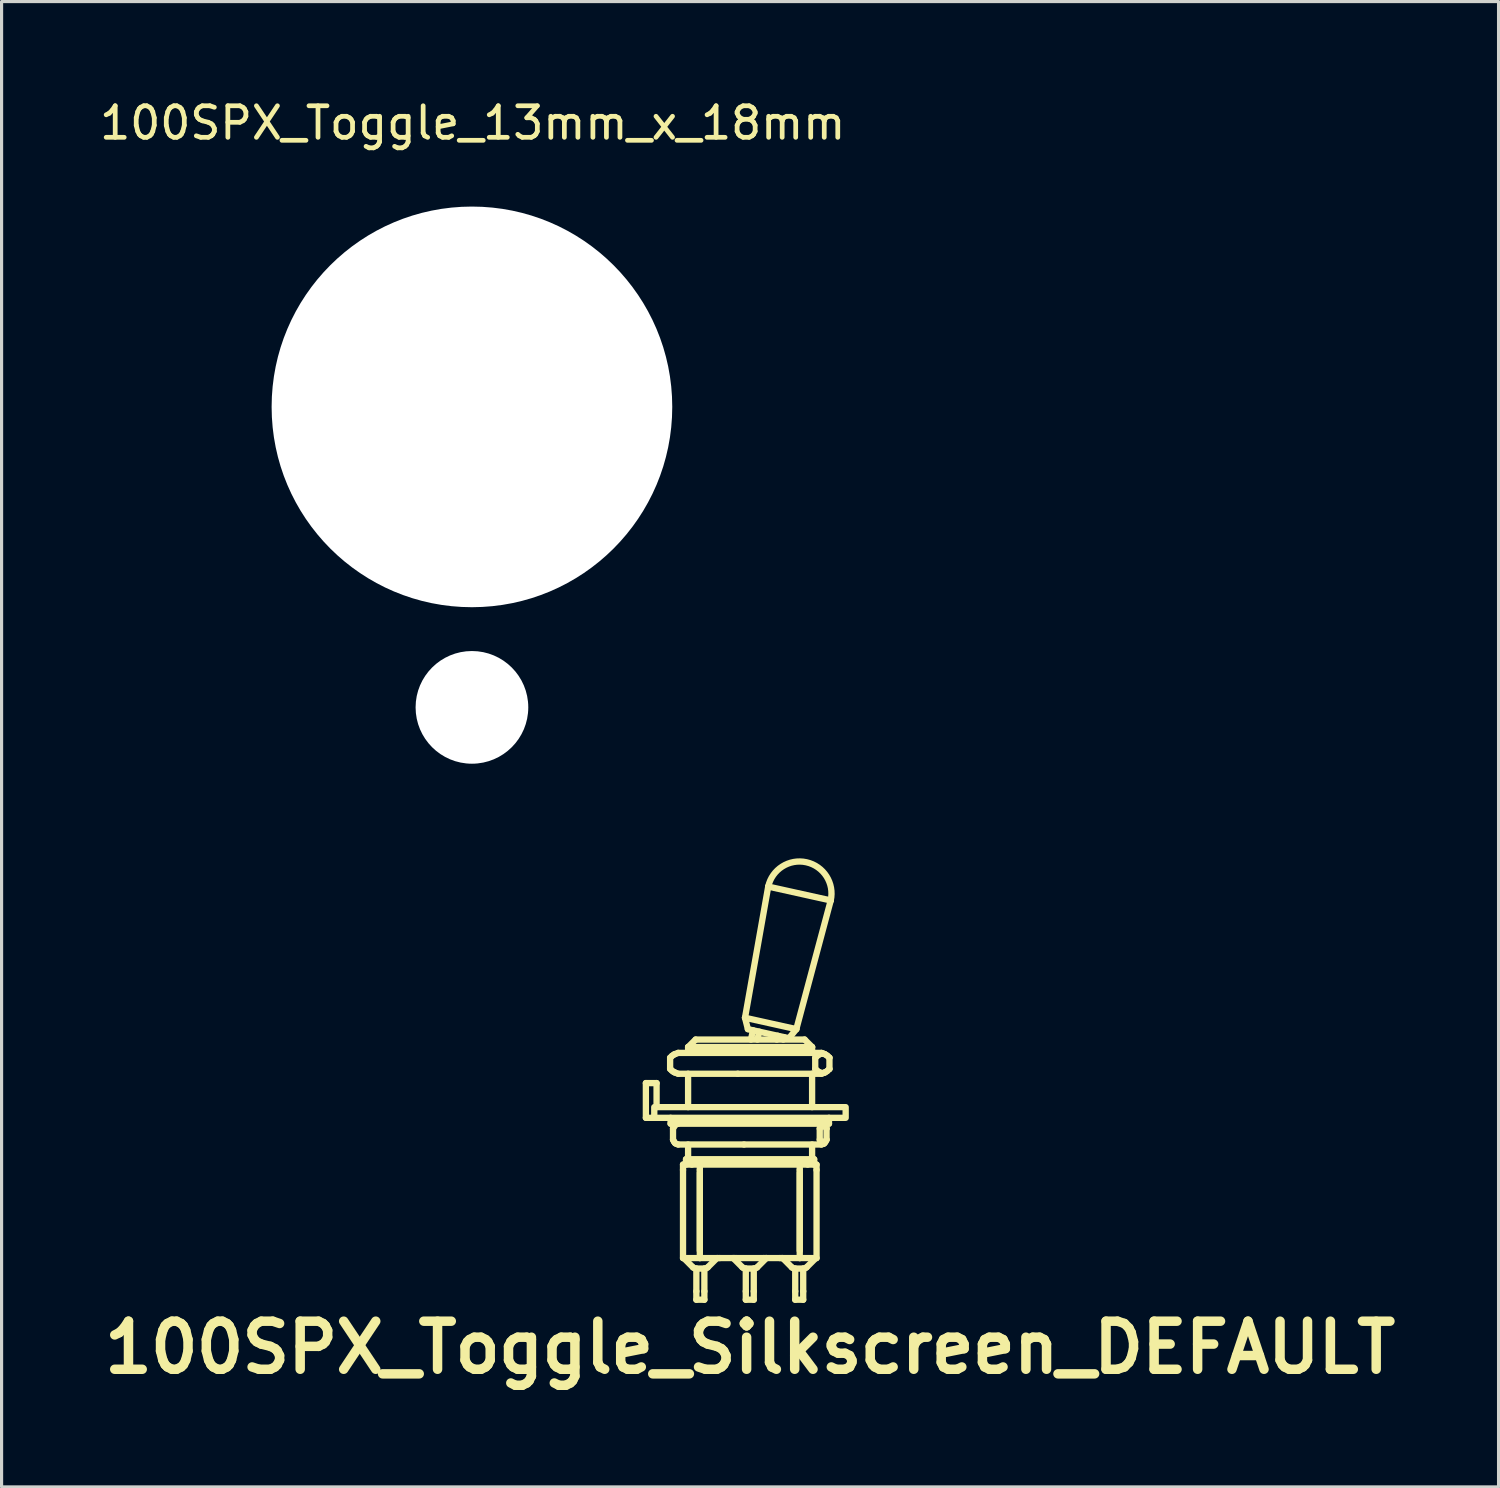
<source format=kicad_pcb>
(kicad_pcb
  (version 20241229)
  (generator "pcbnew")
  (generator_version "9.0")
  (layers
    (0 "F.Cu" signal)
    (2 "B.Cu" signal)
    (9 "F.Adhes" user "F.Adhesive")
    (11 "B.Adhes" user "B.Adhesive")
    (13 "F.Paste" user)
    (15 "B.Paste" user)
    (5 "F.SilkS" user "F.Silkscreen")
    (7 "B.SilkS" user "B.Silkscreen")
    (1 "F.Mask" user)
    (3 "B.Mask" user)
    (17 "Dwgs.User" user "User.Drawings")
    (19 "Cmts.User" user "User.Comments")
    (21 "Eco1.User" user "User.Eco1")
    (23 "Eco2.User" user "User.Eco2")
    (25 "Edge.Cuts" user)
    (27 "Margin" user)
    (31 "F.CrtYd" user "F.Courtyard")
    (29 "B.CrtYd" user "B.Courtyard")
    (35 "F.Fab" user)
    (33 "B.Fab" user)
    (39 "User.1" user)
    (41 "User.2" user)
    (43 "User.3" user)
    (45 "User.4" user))
  (footprint "100SPX_Toggle_13mm_x_18mm"
    (layer "F.Cu")
    (at 11.91 9.848)
    (property "Reference" "100SPX_Toggle_13mm_x_18mm" (at 0.025 -9 0) (layer "F.SilkS") (effects (font (size 1 1) (thickness 0.15))))
    (attr through_hole board_only exclude_from_pos_files exclude_from_bom)
    (pad "" np_thru_hole circle (at 0 0) (size 12.7 12.7) (drill 12.7) (layers "*.Cu" "*.Mask"))
    (pad "" np_thru_hole circle (at 0 9.525) (size 3.572 3.572) (drill 3.572) (layers "*.Cu" "*.Mask")))
  (footprint "100SPX_Toggle_Silkscreen_DEFAULT"
    (layer "F.Cu")
    (at 21.234 32.553)
    (property "Reference" "100SPX_Toggle_Silkscreen_DEFAULT" (at -0.508 7.112 0) (layer "F.SilkS") (effects (font (size 1.524 1.524) (thickness 0.3))))
    (attr through_hole exclude_from_pos_files exclude_from_bom)
    (fp_line (start -3.81 -1.27) (end -3.81 -0.169) (stroke (width 0.2) (type solid)) (layer "F.SilkS"))
    (fp_line (start -3.81 -1.27) (end -3.471 -1.27) (stroke (width 0.2) (type solid)) (layer "F.SilkS"))
    (fp_line (start -3.81 -0.169) (end -3.544 -0.169) (stroke (width 0.2) (type solid)) (layer "F.SilkS"))
    (fp_line (start -3.471 -1.27) (end -3.471 -0.508) (stroke (width 0.2) (type solid)) (layer "F.SilkS"))
    (fp_line (start -3.042 -2.073) (end -3.042 -1.72) (stroke (width 0.2) (type solid)) (layer "F.SilkS"))
    (fp_line (start -3.027 -0.169) (end -3.027 0.017) (stroke (width 0.2) (type solid)) (layer "F.SilkS"))
    (fp_line (start -3.027 0.017) (end 1.994 0.017) (stroke (width 0.2) (type solid)) (layer "F.SilkS"))
    (fp_line (start -2.95 0.171) (end -2.95 0.523) (stroke (width 0.2) (type solid)) (layer "F.SilkS"))
    (fp_line (start -2.882 -1.601) (end -2.787 -1.566) (stroke (width 0.2) (type solid)) (layer "F.SilkS"))
    (fp_line (start -2.857 0.652) (end -2.787 0.677) (stroke (width 0.2) (type solid)) (layer "F.SilkS"))
    (fp_line (start -2.787 -2.227) (end -2.882 -2.192) (stroke (width 0.2) (type solid)) (layer "F.SilkS"))
    (fp_line (start -2.787 0.017) (end -2.857 0.042) (stroke (width 0.2) (type solid)) (layer "F.SilkS"))
    (fp_line (start -2.633 1.483) (end -2.633 1.313) (stroke (width 0.2) (type solid)) (layer "F.SilkS"))
    (fp_line (start -2.633 4.277) (end -2.633 1.483) (stroke (width 0.2) (type solid)) (layer "F.SilkS"))
    (fp_line (start -2.633 4.277) (end -2.1 4.277) (stroke (width 0.2) (type solid)) (layer "F.SilkS"))
    (fp_line (start -2.538 1.143) (end 1.524 1.143) (stroke (width 0.2) (type solid)) (layer "F.SilkS"))
    (fp_line (start -2.538 1.313) (end -2.538 1.143) (stroke (width 0.2) (type solid)) (layer "F.SilkS"))
    (fp_line (start -2.472 -2.413) (end -2.472 -2.227) (stroke (width 0.2) (type solid)) (layer "F.SilkS"))
    (fp_line (start -2.472 -2.413) (end -2.233 -2.65) (stroke (width 0.2) (type solid)) (layer "F.SilkS"))
    (fp_line (start -2.472 -1.566) (end -2.472 -0.508) (stroke (width 0.2) (type solid)) (layer "F.SilkS"))
    (fp_line (start -2.472 0.677) (end -2.472 1.143) (stroke (width 0.2) (type solid)) (layer "F.SilkS"))
    (fp_line (start -2.352 1.313) (end -2.633 1.313) (stroke (width 0.2) (type solid)) (layer "F.SilkS"))
    (fp_line (start -2.352 1.313) (end 1.319 1.313) (stroke (width 0.2) (type solid)) (layer "F.SilkS"))
    (fp_line (start -2.316 4.571) (end -2.61 4.277) (stroke (width 0.2) (type solid)) (layer "F.SilkS"))
    (fp_line (start -2.221 4.61) (end -1.945 4.61) (stroke (width 0.2) (type solid)) (layer "F.SilkS"))
    (fp_line (start -2.21 5.33) (end -2.21 4.61) (stroke (width 0.2) (type solid)) (layer "F.SilkS"))
    (fp_line (start -2.21 5.597) (end -2.21 5.33) (stroke (width 0.2) (type solid)) (layer "F.SilkS"))
    (fp_line (start -2.21 5.597) (end -1.956 5.597) (stroke (width 0.2) (type solid)) (layer "F.SilkS"))
    (fp_line (start -2.1 1.313) (end -2.1 1.483) (stroke (width 0.2) (type solid)) (layer "F.SilkS"))
    (fp_line (start -2.1 1.483) (end -2.1 4.277) (stroke (width 0.2) (type solid)) (layer "F.SilkS"))
    (fp_line (start -2.1 4.043) (end -2.1 1.567) (stroke (width 0.2) (type solid)) (layer "F.SilkS"))
    (fp_line (start -2.1 4.277) (end -1.533 4.277) (stroke (width 0.2) (type solid)) (layer "F.SilkS"))
    (fp_line (start -1.956 4.61) (end -1.956 5.33) (stroke (width 0.2) (type solid)) (layer "F.SilkS"))
    (fp_line (start -1.956 5.33) (end -1.956 5.597) (stroke (width 0.2) (type solid)) (layer "F.SilkS"))
    (fp_line (start -1.556 4.277) (end -1.851 4.571) (stroke (width 0.2) (type solid)) (layer "F.SilkS"))
    (fp_line (start -1.533 4.277) (end -1.471 4.277) (stroke (width 0.2) (type solid)) (layer "F.SilkS"))
    (fp_line (start -1.471 4.277) (end -1.043 4.277) (stroke (width 0.2) (type solid)) (layer "F.SilkS"))
    (fp_line (start -1.001 4.277) (end -1.043 4.277) (stroke (width 0.2) (type solid)) (layer "F.SilkS"))
    (fp_line (start -1.001 4.277) (end -0.95 4.277) (stroke (width 0.2) (type solid)) (layer "F.SilkS"))
    (fp_line (start -0.95 4.277) (end -0.083 4.277) (stroke (width 0.2) (type solid)) (layer "F.SilkS"))
    (fp_line (start -0.897 -2.227) (end -2.787 -2.227) (stroke (width 0.2) (type solid)) (layer "F.SilkS"))
    (fp_line (start -0.897 -1.566) (end -2.787 -1.566) (stroke (width 0.2) (type solid)) (layer "F.SilkS"))
    (fp_line (start -0.749 4.571) (end -1.043 4.277) (stroke (width 0.2) (type solid)) (layer "F.SilkS"))
    (fp_line (start -0.699 0.677) (end -2.787 0.677) (stroke (width 0.2) (type solid)) (layer "F.SilkS"))
    (fp_line (start -0.668 -3.341) (end -0.577 -2.98) (stroke (width 0.2) (type solid)) (layer "F.SilkS"))
    (fp_line (start -0.668 -3.341) (end 0.959 -2.98) (stroke (width 0.2) (type solid)) (layer "F.SilkS"))
    (fp_line (start -0.655 4.61) (end -0.378 4.61) (stroke (width 0.2) (type solid)) (layer "F.SilkS"))
    (fp_line (start -0.643 5.33) (end -0.643 4.61) (stroke (width 0.2) (type solid)) (layer "F.SilkS"))
    (fp_line (start -0.643 5.597) (end -0.643 5.33) (stroke (width 0.2) (type solid)) (layer "F.SilkS"))
    (fp_line (start -0.643 5.597) (end -0.39 5.597) (stroke (width 0.2) (type solid)) (layer "F.SilkS"))
    (fp_line (start -0.577 -2.98) (end 0.725 -2.691) (stroke (width 0.2) (type solid)) (layer "F.SilkS"))
    (fp_line (start -0.414 -2.944) (end -0.48 -2.65) (stroke (width 0.2) (type solid)) (layer "F.SilkS"))
    (fp_line (start -0.39 4.61) (end -0.39 5.33) (stroke (width 0.2) (type solid)) (layer "F.SilkS"))
    (fp_line (start -0.39 5.33) (end -0.39 5.597) (stroke (width 0.2) (type solid)) (layer "F.SilkS"))
    (fp_line (start -0.219 -2.9) (end -0.275 -2.65) (stroke (width 0.2) (type solid)) (layer "F.SilkS"))
    (fp_line (start -0.032 4.277) (end -0.083 4.277) (stroke (width 0.2) (type solid)) (layer "F.SilkS"))
    (fp_line (start 0.01 4.277) (end -0.284 4.571) (stroke (width 0.2) (type solid)) (layer "F.SilkS"))
    (fp_line (start 0.01 4.277) (end -0.032 4.277) (stroke (width 0.2) (type solid)) (layer "F.SilkS"))
    (fp_line (start 0.01 4.277) (end 0.438 4.277) (stroke (width 0.2) (type solid)) (layer "F.SilkS"))
    (fp_line (start 0.068 -7.499) (end -0.668 -3.341) (stroke (width 0.2) (type solid)) (layer "F.SilkS"))
    (fp_line (start 0.34 -2.65) (end 0.367 -2.771) (stroke (width 0.2) (type solid)) (layer "F.SilkS"))
    (fp_line (start 0.5 4.277) (end 0.438 4.277) (stroke (width 0.2) (type solid)) (layer "F.SilkS"))
    (fp_line (start 0.5 4.277) (end 1.067 4.277) (stroke (width 0.2) (type solid)) (layer "F.SilkS"))
    (fp_line (start 0.545 -2.65) (end 0.562 -2.727) (stroke (width 0.2) (type solid)) (layer "F.SilkS"))
    (fp_line (start 0.725 -2.691) (end 0.959 -2.98) (stroke (width 0.2) (type solid)) (layer "F.SilkS"))
    (fp_line (start 0.818 4.571) (end 0.524 4.277) (stroke (width 0.2) (type solid)) (layer "F.SilkS"))
    (fp_line (start 0.912 4.61) (end 1.188 4.61) (stroke (width 0.2) (type solid)) (layer "F.SilkS"))
    (fp_line (start 0.924 5.33) (end 0.924 4.61) (stroke (width 0.2) (type solid)) (layer "F.SilkS"))
    (fp_line (start 0.924 5.597) (end 0.924 5.33) (stroke (width 0.2) (type solid)) (layer "F.SilkS"))
    (fp_line (start 0.924 5.597) (end 1.177 5.597) (stroke (width 0.2) (type solid)) (layer "F.SilkS"))
    (fp_line (start 0.959 -2.98) (end 2.05 -7.06) (stroke (width 0.2) (type solid)) (layer "F.SilkS"))
    (fp_line (start 1.067 1.483) (end 1.067 1.313) (stroke (width 0.2) (type solid)) (layer "F.SilkS"))
    (fp_line (start 1.067 4.043) (end 1.067 1.567) (stroke (width 0.2) (type solid)) (layer "F.SilkS"))
    (fp_line (start 1.067 4.277) (end 1.067 1.483) (stroke (width 0.2) (type solid)) (layer "F.SilkS"))
    (fp_line (start 1.067 4.277) (end 1.6 4.277) (stroke (width 0.2) (type solid)) (layer "F.SilkS"))
    (fp_line (start 1.177 4.61) (end 1.177 5.33) (stroke (width 0.2) (type solid)) (layer "F.SilkS"))
    (fp_line (start 1.177 5.33) (end 1.177 5.597) (stroke (width 0.2) (type solid)) (layer "F.SilkS"))
    (fp_line (start 1.222 -2.65) (end -2.233 -2.65) (stroke (width 0.2) (type solid)) (layer "F.SilkS"))
    (fp_line (start 1.459 -2.413) (end -2.472 -2.413) (stroke (width 0.2) (type solid)) (layer "F.SilkS"))
    (fp_line (start 1.459 -2.413) (end 1.222 -2.65) (stroke (width 0.2) (type solid)) (layer "F.SilkS"))
    (fp_line (start 1.459 -2.227) (end 1.459 -2.413) (stroke (width 0.2) (type solid)) (layer "F.SilkS"))
    (fp_line (start 1.459 -0.508) (end 1.459 -1.566) (stroke (width 0.2) (type solid)) (layer "F.SilkS"))
    (fp_line (start 1.459 1.143) (end 1.459 0.677) (stroke (width 0.2) (type solid)) (layer "F.SilkS"))
    (fp_line (start 1.524 1.313) (end 1.524 1.143) (stroke (width 0.2) (type solid)) (layer "F.SilkS"))
    (fp_line (start 1.558 -2.073) (end 1.558 -1.72) (stroke (width 0.2) (type solid)) (layer "F.SilkS"))
    (fp_line (start 1.577 4.277) (end 1.283 4.571) (stroke (width 0.2) (type solid)) (layer "F.SilkS"))
    (fp_line (start 1.6 1.313) (end 1.319 1.313) (stroke (width 0.2) (type solid)) (layer "F.SilkS"))
    (fp_line (start 1.6 1.483) (end 1.6 1.313) (stroke (width 0.2) (type solid)) (layer "F.SilkS"))
    (fp_line (start 1.6 4.277) (end 1.6 1.483) (stroke (width 0.2) (type solid)) (layer "F.SilkS"))
    (fp_line (start 1.701 0.171) (end 1.701 0.523) (stroke (width 0.2) (type solid)) (layer "F.SilkS"))
    (fp_line (start 1.754 -2.227) (end -0.897 -2.227) (stroke (width 0.2) (type solid)) (layer "F.SilkS"))
    (fp_line (start 1.754 -1.566) (end -0.897 -1.566) (stroke (width 0.2) (type solid)) (layer "F.SilkS"))
    (fp_line (start 1.754 -1.566) (end 1.85 -1.601) (stroke (width 0.2) (type solid)) (layer "F.SilkS"))
    (fp_line (start 1.754 0.677) (end -0.699 0.677) (stroke (width 0.2) (type solid)) (layer "F.SilkS"))
    (fp_line (start 1.754 0.677) (end 1.824 0.652) (stroke (width 0.2) (type solid)) (layer "F.SilkS"))
    (fp_line (start 1.824 0.042) (end 1.754 0.017) (stroke (width 0.2) (type solid)) (layer "F.SilkS"))
    (fp_line (start 1.85 -2.192) (end 1.754 -2.227) (stroke (width 0.2) (type solid)) (layer "F.SilkS"))
    (fp_line (start 1.917 0.171) (end 1.917 0.523) (stroke (width 0.2) (type solid)) (layer "F.SilkS"))
    (fp_line (start 1.994 0.017) (end 1.994 -0.169) (stroke (width 0.2) (type solid)) (layer "F.SilkS"))
    (fp_line (start 2.009 -2.073) (end 2.009 -1.72) (stroke (width 0.2) (type solid)) (layer "F.SilkS"))
    (fp_line (start 2.05 -7.06) (end 0.068 -7.499) (stroke (width 0.2) (type solid)) (layer "F.SilkS"))
    (fp_rect (start -3.544 -0.508) (end 2.523 -0.169) (stroke (width 0.2) (type solid)) (fill no) (layer "F.SilkS"))
    (fp_arc (start -2.221238 4.609933) (mid -2.272262 4.599784) (end -2.315519 4.570881) (stroke (width 0.2) (type solid)) (layer "F.SilkS"))
    (fp_arc (start -1.850748 4.570881) (mid -1.894004 4.599784) (end -1.945029 4.609934) (stroke (width 0.2) (type solid)) (layer "F.SilkS"))
    (fp_arc (start -0.654572 4.609933) (mid -0.705596 4.599784) (end -0.748853 4.570881) (stroke (width 0.2) (type solid)) (layer "F.SilkS"))
    (fp_arc (start -0.284081 4.570881) (mid -0.327337 4.599784) (end -0.378362 4.609934) (stroke (width 0.2) (type solid)) (layer "F.SilkS"))
    (fp_arc (start 0.067913 -7.498893) (mid 1.278539 -8.270147) (end 2.049793 -7.059521) (stroke (width 0.2) (type solid)) (layer "F.SilkS"))
    (fp_arc (start 0.912095 4.609933) (mid 0.861072 4.599782) (end 0.817814 4.570881) (stroke (width 0.2) (type solid)) (layer "F.SilkS"))
    (fp_arc (start 1.282586 4.570881) (mid 1.23933 4.599786) (end 1.188305 4.609934) (stroke (width 0.2) (type solid)) (layer "F.SilkS"))
    (fp_curve (pts (xy -3.042 -1.72) (xy -3.023 -1.701) (xy -3.004 -1.682) (xy -2.985 -1.665)) (stroke (width 0.2) (type solid)) (layer "F.SilkS"))
    (fp_curve (pts (xy -2.985 -2.128) (xy -3.004 -2.111) (xy -3.023 -2.092) (xy -3.042 -2.073)) (stroke (width 0.2) (type solid)) (layer "F.SilkS"))
    (fp_curve (pts (xy -2.985 -1.665) (xy -2.964 -1.646) (xy -2.942 -1.63) (xy -2.921 -1.619)) (stroke (width 0.2) (type solid)) (layer "F.SilkS"))
    (fp_curve (pts (xy -2.95 0.523) (xy -2.94 0.543) (xy -2.931 0.562) (xy -2.922 0.579)) (stroke (width 0.2) (type solid)) (layer "F.SilkS"))
    (fp_curve (pts (xy -2.922 0.115) (xy -2.931 0.132) (xy -2.94 0.151) (xy -2.95 0.171)) (stroke (width 0.2) (type solid)) (layer "F.SilkS"))
    (fp_curve (pts (xy -2.922 0.579) (xy -2.912 0.597) (xy -2.902 0.612) (xy -2.892 0.624)) (stroke (width 0.2) (type solid)) (layer "F.SilkS"))
    (fp_curve (pts (xy -2.921 -1.619) (xy -2.908 -1.613) (xy -2.895 -1.609) (xy -2.882 -1.604)) (stroke (width 0.2) (type solid)) (layer "F.SilkS"))
    (fp_curve (pts (xy -2.919 -2.175) (xy -2.941 -2.164) (xy -2.963 -2.148) (xy -2.985 -2.128)) (stroke (width 0.2) (type solid)) (layer "F.SilkS"))
    (fp_curve (pts (xy -2.892 0.624) (xy -2.882 0.637) (xy -2.871 0.648) (xy -2.861 0.65)) (stroke (width 0.2) (type solid)) (layer "F.SilkS"))
    (fp_curve (pts (xy -2.891 0.069) (xy -2.901 0.082) (xy -2.912 0.097) (xy -2.922 0.115)) (stroke (width 0.2) (type solid)) (layer "F.SilkS"))
    (fp_curve (pts (xy -2.882 -2.189) (xy -2.895 -2.185) (xy -2.907 -2.18) (xy -2.919 -2.175)) (stroke (width 0.2) (type solid)) (layer "F.SilkS"))
    (fp_curve (pts (xy -2.859 0.044) (xy -2.87 0.045) (xy -2.88 0.056) (xy -2.891 0.069)) (stroke (width 0.2) (type solid)) (layer "F.SilkS"))
    (fp_curve (pts (xy 1.558 -2.073) (xy 1.577 -2.092) (xy 1.596 -2.112) (xy 1.615 -2.128)) (stroke (width 0.2) (type solid)) (layer "F.SilkS"))
    (fp_curve (pts (xy 1.615 -2.128) (xy 1.636 -2.147) (xy 1.657 -2.162) (xy 1.678 -2.174)) (stroke (width 0.2) (type solid)) (layer "F.SilkS"))
    (fp_curve (pts (xy 1.615 -1.665) (xy 1.596 -1.681) (xy 1.577 -1.701) (xy 1.558 -1.72)) (stroke (width 0.2) (type solid)) (layer "F.SilkS"))
    (fp_curve (pts (xy 1.678 -2.174) (xy 1.7 -2.185) (xy 1.721 -2.194) (xy 1.742 -2.199)) (stroke (width 0.2) (type solid)) (layer "F.SilkS"))
    (fp_curve (pts (xy 1.68 -1.619) (xy 1.658 -1.63) (xy 1.636 -1.646) (xy 1.615 -1.665)) (stroke (width 0.2) (type solid)) (layer "F.SilkS"))
    (fp_curve (pts (xy 1.701 0.171) (xy 1.71 0.152) (xy 1.719 0.132) (xy 1.728 0.115)) (stroke (width 0.2) (type solid)) (layer "F.SilkS"))
    (fp_curve (pts (xy 1.728 0.115) (xy 1.738 0.097) (xy 1.748 0.082) (xy 1.758 0.07)) (stroke (width 0.2) (type solid)) (layer "F.SilkS"))
    (fp_curve (pts (xy 1.728 0.579) (xy 1.719 0.562) (xy 1.71 0.543) (xy 1.701 0.523)) (stroke (width 0.2) (type solid)) (layer "F.SilkS"))
    (fp_curve (pts (xy 1.742 -2.199) (xy 1.764 -2.204) (xy 1.785 -2.205) (xy 1.806 -2.203)) (stroke (width 0.2) (type solid)) (layer "F.SilkS"))
    (fp_curve (pts (xy 1.746 -1.593) (xy 1.724 -1.598) (xy 1.702 -1.607) (xy 1.68 -1.619)) (stroke (width 0.2) (type solid)) (layer "F.SilkS"))
    (fp_curve (pts (xy 1.758 0.07) (xy 1.769 0.058) (xy 1.779 0.05) (xy 1.789 0.045)) (stroke (width 0.2) (type solid)) (layer "F.SilkS"))
    (fp_curve (pts (xy 1.759 0.625) (xy 1.749 0.613) (xy 1.738 0.598) (xy 1.728 0.579)) (stroke (width 0.2) (type solid)) (layer "F.SilkS"))
    (fp_curve (pts (xy 1.789 0.045) (xy 1.799 0.04) (xy 1.809 0.038) (xy 1.82 0.041)) (stroke (width 0.2) (type solid)) (layer "F.SilkS"))
    (fp_curve (pts (xy 1.791 0.65) (xy 1.78 0.646) (xy 1.77 0.637) (xy 1.759 0.625)) (stroke (width 0.2) (type solid)) (layer "F.SilkS"))
    (fp_curve (pts (xy 1.806 -2.203) (xy 1.828 -2.2) (xy 1.85 -2.193) (xy 1.872 -2.182)) (stroke (width 0.2) (type solid)) (layer "F.SilkS"))
    (fp_curve (pts (xy 1.812 -1.591) (xy 1.79 -1.588) (xy 1.768 -1.589) (xy 1.746 -1.593)) (stroke (width 0.2) (type solid)) (layer "F.SilkS"))
    (fp_curve (pts (xy 1.82 0.041) (xy 1.83 0.044) (xy 1.841 0.051) (xy 1.851 0.062)) (stroke (width 0.2) (type solid)) (layer "F.SilkS"))
    (fp_curve (pts (xy 1.822 0.652) (xy 1.812 0.656) (xy 1.801 0.655) (xy 1.791 0.65)) (stroke (width 0.2) (type solid)) (layer "F.SilkS"))
    (fp_curve (pts (xy 1.851 0.062) (xy 1.862 0.072) (xy 1.872 0.087) (xy 1.883 0.104)) (stroke (width 0.2) (type solid)) (layer "F.SilkS"))
    (fp_curve (pts (xy 1.853 0.631) (xy 1.843 0.642) (xy 1.832 0.649) (xy 1.822 0.652)) (stroke (width 0.2) (type solid)) (layer "F.SilkS"))
    (fp_curve (pts (xy 1.872 -2.182) (xy 1.894 -2.171) (xy 1.916 -2.157) (xy 1.938 -2.14)) (stroke (width 0.2) (type solid)) (layer "F.SilkS"))
    (fp_curve (pts (xy 1.876 -1.613) (xy 1.854 -1.602) (xy 1.833 -1.595) (xy 1.812 -1.591)) (stroke (width 0.2) (type solid)) (layer "F.SilkS"))
    (fp_curve (pts (xy 1.883 0.104) (xy 1.893 0.121) (xy 1.903 0.142) (xy 1.914 0.165)) (stroke (width 0.2) (type solid)) (layer "F.SilkS"))
    (fp_curve (pts (xy 1.883 0.589) (xy 1.873 0.606) (xy 1.863 0.62) (xy 1.853 0.631)) (stroke (width 0.2) (type solid)) (layer "F.SilkS"))
    (fp_curve (pts (xy 1.914 0.165) (xy 1.915 0.167) (xy 1.916 0.169) (xy 1.917 0.171)) (stroke (width 0.2) (type solid)) (layer "F.SilkS"))
    (fp_curve (pts (xy 1.914 0.53) (xy 1.904 0.552) (xy 1.894 0.572) (xy 1.883 0.589)) (stroke (width 0.2) (type solid)) (layer "F.SilkS"))
    (fp_curve (pts (xy 1.917 0.523) (xy 1.916 0.525) (xy 1.915 0.527) (xy 1.914 0.53)) (stroke (width 0.2) (type solid)) (layer "F.SilkS"))
    (fp_curve (pts (xy 1.938 -2.14) (xy 1.959 -2.122) (xy 1.981 -2.102) (xy 2.003 -2.079)) (stroke (width 0.2) (type solid)) (layer "F.SilkS"))
    (fp_curve (pts (xy 1.939 -1.655) (xy 1.918 -1.638) (xy 1.897 -1.623) (xy 1.876 -1.613)) (stroke (width 0.2) (type solid)) (layer "F.SilkS"))
    (fp_curve (pts (xy 2.003 -2.079) (xy 2.005 -2.077) (xy 2.007 -2.075) (xy 2.009 -2.073)) (stroke (width 0.2) (type solid)) (layer "F.SilkS"))
    (fp_curve (pts (xy 2.003 -1.714) (xy 1.982 -1.692) (xy 1.961 -1.672) (xy 1.939 -1.655)) (stroke (width 0.2) (type solid)) (layer "F.SilkS"))
    (fp_curve (pts (xy 2.009 -1.72) (xy 2.007 -1.718) (xy 2.005 -1.716) (xy 2.003 -1.714)) (stroke (width 0.2) (type solid)) (layer "F.SilkS")))
  (gr_rect
    (start -3 -3)
    (end 44.453 44.083)
    (stroke (width 0.1) (type default))
    (fill no)
    (layer "Edge.Cuts")))
</source>
